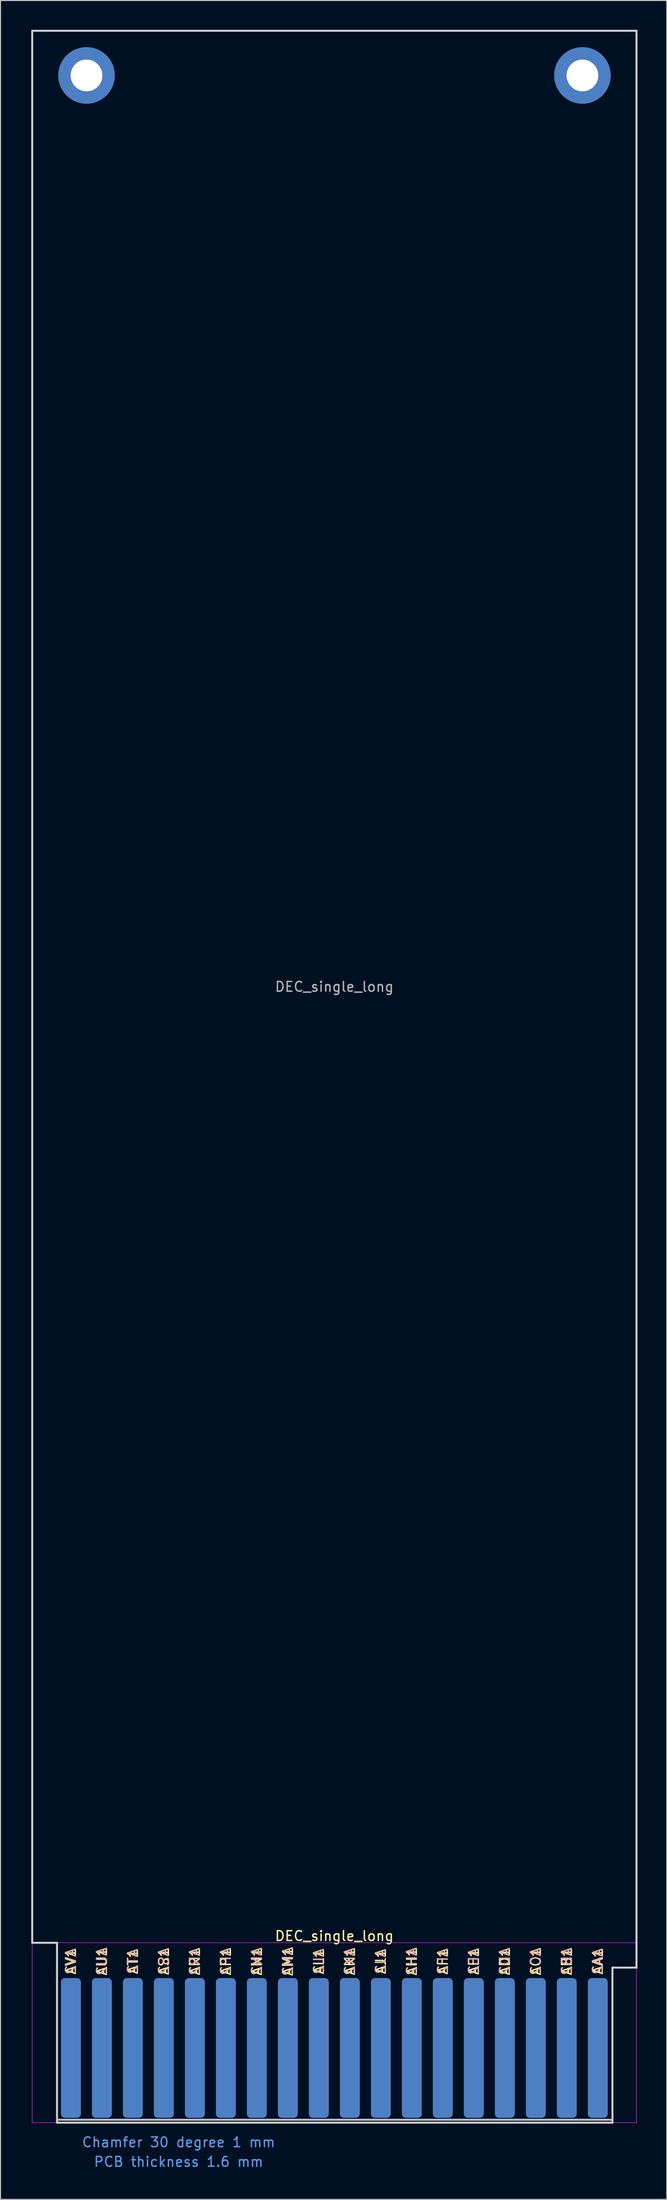
<source format=kicad_pcb>
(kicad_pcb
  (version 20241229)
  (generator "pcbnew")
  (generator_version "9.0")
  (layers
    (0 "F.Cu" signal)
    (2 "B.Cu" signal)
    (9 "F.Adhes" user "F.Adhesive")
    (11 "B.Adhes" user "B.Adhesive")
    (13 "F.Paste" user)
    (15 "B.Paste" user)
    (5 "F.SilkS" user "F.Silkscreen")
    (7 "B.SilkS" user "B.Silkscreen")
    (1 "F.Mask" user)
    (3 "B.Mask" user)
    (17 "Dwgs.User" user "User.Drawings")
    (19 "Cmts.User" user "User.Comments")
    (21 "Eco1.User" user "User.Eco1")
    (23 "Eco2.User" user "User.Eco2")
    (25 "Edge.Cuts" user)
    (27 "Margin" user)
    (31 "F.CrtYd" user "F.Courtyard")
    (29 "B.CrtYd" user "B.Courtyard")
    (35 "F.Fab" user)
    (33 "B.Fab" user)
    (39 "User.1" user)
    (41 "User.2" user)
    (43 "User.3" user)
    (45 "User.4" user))
  (footprint "DEC_single_long"
    (layer "F.Cu")
    (at 0.25 214.222)
    (property "Reference" "DEC_single_long" (at 30.95 -19.11 0) (layer "F.SilkS") (effects (font (size 1 1) (thickness 0.15))))
    (attr exclude_from_pos_files exclude_from_bom)
    (fp_line (start 2.54 -0.3) (end 59.436 -0.3) (stroke (width 0.2) (type solid)) (layer "Dwgs.User"))
    (fp_line (start 0 -214.122) (end 61.9 -214.122) (stroke (width 0.2) (type solid)) (layer "Edge.Cuts"))
    (fp_line (start 0 -18.415) (end 0 -214.122) (stroke (width 0.2) (type solid)) (layer "Edge.Cuts"))
    (fp_line (start 0 -18.415) (end 2.54 -18.415) (stroke (width 0.2) (type solid)) (layer "Edge.Cuts"))
    (fp_line (start 2.54 -18.415) (end 2.54 -15.875) (stroke (width 0.2) (type solid)) (layer "Edge.Cuts"))
    (fp_line (start 2.54 -15.875) (end 2.54 0) (stroke (width 0.2) (type solid)) (layer "Edge.Cuts"))
    (fp_line (start 2.54 0) (end 59.436 0) (stroke (width 0.2) (type solid)) (layer "Edge.Cuts"))
    (fp_line (start 59.436 -15.875) (end 61.9 -15.875) (stroke (width 0.2) (type solid)) (layer "Edge.Cuts"))
    (fp_line (start 59.436 0) (end 59.436 -15.875) (stroke (width 0.2) (type solid)) (layer "Edge.Cuts"))
    (fp_line (start 61.9 -214.122) (end 61.9 -18.415) (stroke (width 0.2) (type solid)) (layer "Edge.Cuts"))
    (fp_line (start 61.9 -15.875) (end 61.9 -18.415) (stroke (width 0.2) (type solid)) (layer "Edge.Cuts"))
    (fp_line (start 0 -18.42) (end 61.89 -18.42) (stroke (width 0.05) (type solid)) (layer "F.CrtYd"))
    (fp_line (start 0 0) (end 0 -18.42) (stroke (width 0.05) (type solid)) (layer "F.CrtYd"))
    (fp_line (start 61.89 -18.42) (end 61.89 0) (stroke (width 0.05) (type solid)) (layer "F.CrtYd"))
    (fp_line (start 61.89 0) (end 0 0) (stroke (width 0.05) (type solid)) (layer "F.CrtYd"))
    (fp_text user "AR1" (at 16.662 -16.51 90) (layer "F.SilkS") (effects (font (size 1 1) (thickness 0.15))))
    (fp_text user "AM1" (at 26.187 -16.51 90) (layer "F.SilkS") (effects (font (size 1 1) (thickness 0.15))))
    (fp_text user "AF1" (at 42.062 -16.51 90) (layer "F.SilkS") (effects (font (size 1 1) (thickness 0.15))))
    (fp_text user "AT1" (at 10.312 -16.51 90) (layer "F.SilkS") (effects (font (size 1 1) (thickness 0.15))))
    (fp_text user "AJ1" (at 35.712 -16.51 90) (layer "F.SilkS") (effects (font (size 1 1) (thickness 0.15))))
    (fp_text user "AD1" (at 48.412 -16.51 90) (layer "F.SilkS") (effects (font (size 1 1) (thickness 0.15))))
    (fp_text user "AN1" (at 23.012 -16.51 90) (layer "F.SilkS") (effects (font (size 1 1) (thickness 0.15))))
    (fp_text user "AU1" (at 7.137 -16.51 90) (layer "F.SilkS") (effects (font (size 1 1) (thickness 0.15))))
    (fp_text user "AL1" (at 29.362 -16.51 90) (layer "F.SilkS") (effects (font (size 1 1) (thickness 0.15))))
    (fp_text user "AA1" (at 57.937 -16.51 90) (layer "F.SilkS") (effects (font (size 1 1) (thickness 0.15))))
    (fp_text user "AP1" (at 19.837 -16.51 90) (layer "F.SilkS") (effects (font (size 1 1) (thickness 0.15))))
    (fp_text user "AS1" (at 13.487 -16.51 90) (layer "F.SilkS") (effects (font (size 1 1) (thickness 0.15))))
    (fp_text user "AV1" (at 3.962 -16.51 90) (layer "F.SilkS") (effects (font (size 1 1) (thickness 0.15))))
    (fp_text user "AK1" (at 32.537 -16.51 90) (layer "F.SilkS") (effects (font (size 1 1) (thickness 0.15))))
    (fp_text user "AH1" (at 38.887 -16.51 90) (layer "F.SilkS") (effects (font (size 1 1) (thickness 0.15))))
    (fp_text user "AE1" (at 45.237 -16.51 90) (layer "F.SilkS") (effects (font (size 1 1) (thickness 0.15))))
    (fp_text user "AC1" (at 51.587 -16.51 90) (layer "F.SilkS") (effects (font (size 1 1) (thickness 0.15))))
    (fp_text user "AB1" (at 54.762 -16.51 90) (layer "F.SilkS") (effects (font (size 1 1) (thickness 0.15))))
    (fp_text user "AT2" (at 10.312 -16.51 90) (layer "B.SilkS") (effects (font (size 1 1) (thickness 0.15)) (justify mirror)))
    (fp_text user "AC2" (at 51.587 -16.51 90) (layer "B.SilkS") (effects (font (size 1 1) (thickness 0.15)) (justify mirror)))
    (fp_text user "AB2" (at 54.762 -16.51 90) (layer "B.SilkS") (effects (font (size 1 1) (thickness 0.15)) (justify mirror)))
    (fp_text user "AA2" (at 57.937 -16.51 90) (layer "B.SilkS") (effects (font (size 1 1) (thickness 0.15)) (justify mirror)))
    (fp_text user "AD2" (at 48.412 -16.51 90) (layer "B.SilkS") (effects (font (size 1 1) (thickness 0.15)) (justify mirror)))
    (fp_text user "AH2" (at 38.887 -16.51 90) (layer "B.SilkS") (effects (font (size 1 1) (thickness 0.15)) (justify mirror)))
    (fp_text user "AS2" (at 13.487 -16.51 90) (layer "B.SilkS") (effects (font (size 1 1) (thickness 0.15)) (justify mirror)))
    (fp_text user "AR2" (at 16.662 -16.51 90) (layer "B.SilkS") (effects (font (size 1 1) (thickness 0.15)) (justify mirror)))
    (fp_text user "AL2" (at 29.362 -16.51 90) (layer "B.SilkS") (effects (font (size 1 1) (thickness 0.15)) (justify mirror)))
    (fp_text user "AF2" (at 42.062 -16.51 90) (layer "B.SilkS") (effects (font (size 1 1) (thickness 0.15)) (justify mirror)))
    (fp_text user "AJ2" (at 35.712 -16.51 90) (layer "B.SilkS") (effects (font (size 1 1) (thickness 0.15)) (justify mirror)))
    (fp_text user "AE2" (at 45.237 -16.51 90) (layer "B.SilkS") (effects (font (size 1 1) (thickness 0.15)) (justify mirror)))
    (fp_text user "AV2" (at 3.962 -16.51 90) (layer "B.SilkS") (effects (font (size 1 1) (thickness 0.15)) (justify mirror)))
    (fp_text user "AN2" (at 23.012 -16.51 90) (layer "B.SilkS") (effects (font (size 1 1) (thickness 0.15)) (justify mirror)))
    (fp_text user "AM2" (at 26.187 -16.51 90) (layer "B.SilkS") (effects (font (size 1 1) (thickness 0.15)) (justify mirror)))
    (fp_text user "AK2" (at 32.537 -16.51 90) (layer "B.SilkS") (effects (font (size 1 1) (thickness 0.15)) (justify mirror)))
    (fp_text user "AP2" (at 19.837 -16.51 90) (layer "B.SilkS") (effects (font (size 1 1) (thickness 0.15)) (justify mirror)))
    (fp_text user "AU2" (at 7.137 -16.51 90) (layer "B.SilkS") (effects (font (size 1 1) (thickness 0.15)) (justify mirror)))
    (fp_text user "PCB thickness 1.6 mm" (at 15 4 0) (layer "Cmts.User") (effects (font (size 1 1) (thickness 0.15))))
    (fp_text user "Chamfer 30 degree 1 mm" (at 15 2 0) (layer "Cmts.User") (effects (font (size 1 1) (thickness 0.15))))
    (fp_text user "${REFERENCE}" (at 30.95 -116.27 0) (layer "F.Fab") (effects (font (size 1 1) (thickness 0.15))))
    (pad "AA1" connect roundrect (at 57.937 -7.65) (size 2.032 14.3) (layers "F.Cu" "F.Mask") (roundrect_rratio 0.2))
    (pad "AA2" connect roundrect (at 57.937 -7.65) (size 2.032 14.3) (layers "B.Cu" "B.Mask") (roundrect_rratio 0.2))
    (pad "AB1" connect roundrect (at 54.762 -7.65) (size 2.032 14.3) (layers "F.Cu" "F.Mask") (roundrect_rratio 0.2))
    (pad "AB2" connect roundrect (at 54.762 -7.65) (size 2.032 14.3) (layers "B.Cu" "B.Mask") (roundrect_rratio 0.2))
    (pad "AC1" connect roundrect (at 51.587 -7.65) (size 2.032 14.3) (layers "F.Cu" "F.Mask") (roundrect_rratio 0.2))
    (pad "AC2" connect roundrect (at 51.587 -7.65) (size 2.032 14.3) (layers "B.Cu" "B.Mask") (roundrect_rratio 0.2))
    (pad "AD1" connect roundrect (at 48.412 -7.65) (size 2.032 14.3) (layers "F.Cu" "F.Mask") (roundrect_rratio 0.2))
    (pad "AD2" connect roundrect (at 48.412 -7.65) (size 2.032 14.3) (layers "B.Cu" "B.Mask") (roundrect_rratio 0.2))
    (pad "AE1" connect roundrect (at 45.237 -7.65) (size 2.032 14.3) (layers "F.Cu" "F.Mask") (roundrect_rratio 0.2))
    (pad "AE2" connect roundrect (at 45.237 -7.65) (size 2.032 14.3) (layers "B.Cu" "B.Mask") (roundrect_rratio 0.2))
    (pad "AF1" connect roundrect (at 42.062 -7.65) (size 2.032 14.3) (layers "F.Cu" "F.Mask") (roundrect_rratio 0.2))
    (pad "AF2" connect roundrect (at 42.062 -7.65) (size 2.032 14.3) (layers "B.Cu" "B.Mask") (roundrect_rratio 0.2))
    (pad "AH1" connect roundrect (at 38.887 -7.65) (size 2.032 14.3) (layers "F.Cu" "F.Mask") (roundrect_rratio 0.2))
    (pad "AH2" connect roundrect (at 38.887 -7.65) (size 2.032 14.3) (layers "B.Cu" "B.Mask") (roundrect_rratio 0.2))
    (pad "AJ1" connect roundrect (at 35.712 -7.65) (size 2.032 14.3) (layers "F.Cu" "F.Mask") (roundrect_rratio 0.2))
    (pad "AJ2" connect roundrect (at 35.712 -7.65) (size 2.032 14.3) (layers "B.Cu" "B.Mask") (roundrect_rratio 0.2))
    (pad "AK1" connect roundrect (at 32.537 -7.65) (size 2.032 14.3) (layers "F.Cu" "F.Mask") (roundrect_rratio 0.2))
    (pad "AK2" connect roundrect (at 32.537 -7.65) (size 2.032 14.3) (layers "B.Cu" "B.Mask") (roundrect_rratio 0.2))
    (pad "AL1" connect roundrect (at 29.362 -7.65) (size 2.032 14.3) (layers "F.Cu" "F.Mask") (roundrect_rratio 0.2))
    (pad "AL2" connect roundrect (at 29.362 -7.65) (size 2.032 14.3) (layers "B.Cu" "B.Mask") (roundrect_rratio 0.2))
    (pad "AM1" connect roundrect (at 26.187 -7.65) (size 2.032 14.3) (layers "F.Cu" "F.Mask") (roundrect_rratio 0.2))
    (pad "AM2" connect roundrect (at 26.187 -7.65) (size 2.032 14.3) (layers "B.Cu" "B.Mask") (roundrect_rratio 0.2))
    (pad "AN1" connect roundrect (at 23.012 -7.65) (size 2.032 14.3) (layers "F.Cu" "F.Mask") (roundrect_rratio 0.2))
    (pad "AN2" connect roundrect (at 23.012 -7.65) (size 2.032 14.3) (layers "B.Cu" "B.Mask") (roundrect_rratio 0.2))
    (pad "AP1" connect roundrect (at 19.837 -7.65) (size 2.032 14.3) (layers "F.Cu" "F.Mask") (roundrect_rratio 0.2))
    (pad "AP2" connect roundrect (at 19.837 -7.65) (size 2.032 14.3) (layers "B.Cu" "B.Mask") (roundrect_rratio 0.2))
    (pad "AR1" connect roundrect (at 16.662 -7.65) (size 2.032 14.3) (layers "F.Cu" "F.Mask") (roundrect_rratio 0.2))
    (pad "AR2" connect roundrect (at 16.662 -7.65) (size 2.032 14.3) (layers "B.Cu" "B.Mask") (roundrect_rratio 0.2))
    (pad "AS1" connect roundrect (at 13.487 -7.65) (size 2.032 14.3) (layers "F.Cu" "F.Mask") (roundrect_rratio 0.2))
    (pad "AS2" connect roundrect (at 13.487 -7.65) (size 2.032 14.3) (layers "B.Cu" "B.Mask") (roundrect_rratio 0.2))
    (pad "AT1" connect roundrect (at 10.312 -7.65) (size 2.032 14.3) (layers "F.Cu" "F.Mask") (roundrect_rratio 0.2))
    (pad "AT2" connect roundrect (at 10.312 -7.65) (size 2.032 14.3) (layers "B.Cu" "B.Mask") (roundrect_rratio 0.2))
    (pad "AU1" connect roundrect (at 7.137 -7.65) (size 2.032 14.3) (layers "F.Cu" "F.Mask") (roundrect_rratio 0.2))
    (pad "AU2" connect roundrect (at 7.137 -7.65) (size 2.032 14.3) (layers "B.Cu" "B.Mask") (roundrect_rratio 0.2))
    (pad "AV1" connect roundrect (at 3.962 -7.65) (size 2.032 14.3) (layers "F.Cu" "F.Mask") (roundrect_rratio 0.2))
    (pad "AV2" connect roundrect (at 3.962 -7.65) (size 2.032 14.3) (layers "B.Cu" "B.Mask") (roundrect_rratio 0.2))
    (pad "H" thru_hole circle (at 5.563 -209.55) (size 5.791 5.791) (drill 3.251) (layers "*.Cu" "*.Mask"))
    (pad "H" thru_hole circle (at 56.363 -209.55) (size 5.791 5.791) (drill 3.251) (layers "*.Cu" "*.Mask")))
  (gr_rect
    (start -3 -3)
    (end 65.25 222.07)
    (stroke (width 0.1) (type default))
    (fill no)
    (layer "Edge.Cuts")))
</source>
